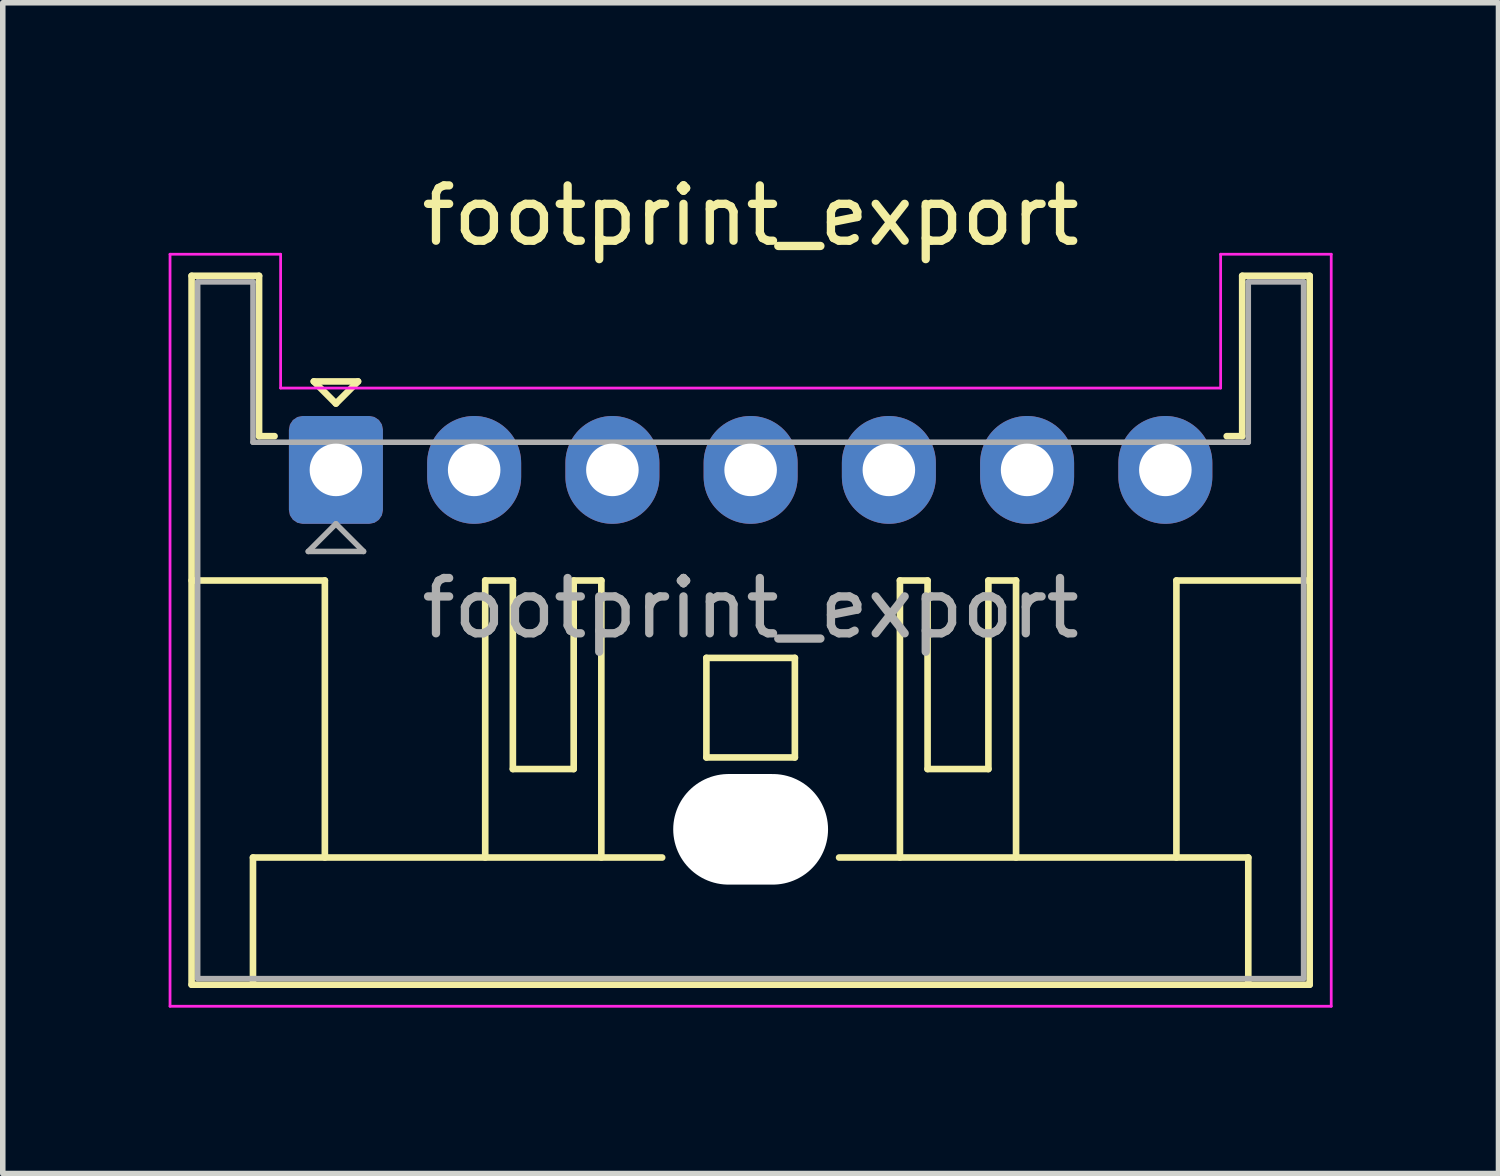
<source format=kicad_pcb>
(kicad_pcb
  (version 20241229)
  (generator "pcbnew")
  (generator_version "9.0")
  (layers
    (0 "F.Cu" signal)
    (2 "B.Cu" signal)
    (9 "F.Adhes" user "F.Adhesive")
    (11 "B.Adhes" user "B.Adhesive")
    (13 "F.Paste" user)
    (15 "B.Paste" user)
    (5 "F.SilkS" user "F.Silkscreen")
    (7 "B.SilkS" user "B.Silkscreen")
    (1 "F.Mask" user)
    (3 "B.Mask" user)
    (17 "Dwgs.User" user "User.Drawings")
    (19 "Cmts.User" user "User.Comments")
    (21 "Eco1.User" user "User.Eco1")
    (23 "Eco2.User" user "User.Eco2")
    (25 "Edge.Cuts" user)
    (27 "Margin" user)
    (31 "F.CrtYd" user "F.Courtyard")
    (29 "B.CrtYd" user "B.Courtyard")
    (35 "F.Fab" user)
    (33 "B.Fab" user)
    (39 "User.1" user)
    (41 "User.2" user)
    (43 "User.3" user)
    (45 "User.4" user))
  (footprint "footprint_export"
    (layer "F.Cu")
    (at 3.025 5.448)
    (property "Reference" "footprint_export" (at 7.5 -4.6 0) (layer "F.SilkS") (effects (font (size 1 1) (thickness 0.15))))
    (attr through_hole)
    (fp_line (start -2.61 -3.51) (end -2.61 9.31) (stroke (width 0.12) (type solid)) (layer "F.SilkS"))
    (fp_line (start -2.61 9.31) (end 17.61 9.31) (stroke (width 0.12) (type solid)) (layer "F.SilkS"))
    (fp_line (start -1.5 7.01) (end 5.9 7.01) (stroke (width 0.12) (type solid)) (layer "F.SilkS"))
    (fp_line (start -1.5 9.31) (end -1.5 7.01) (stroke (width 0.12) (type solid)) (layer "F.SilkS"))
    (fp_line (start -1.39 -3.51) (end -2.61 -3.51) (stroke (width 0.12) (type solid)) (layer "F.SilkS"))
    (fp_line (start -1.39 -0.61) (end -1.39 -3.51) (stroke (width 0.12) (type solid)) (layer "F.SilkS"))
    (fp_line (start -1.11 -0.61) (end -1.39 -0.61) (stroke (width 0.12) (type solid)) (layer "F.SilkS"))
    (fp_line (start -0.4 -1.6) (end 0.4 -1.6) (stroke (width 0.12) (type solid)) (layer "F.SilkS"))
    (fp_line (start -0.2 2) (end -2.61 2) (stroke (width 0.12) (type solid)) (layer "F.SilkS"))
    (fp_line (start -0.2 7.01) (end -0.2 2) (stroke (width 0.12) (type solid)) (layer "F.SilkS"))
    (fp_line (start 0 -1.2) (end -0.4 -1.6) (stroke (width 0.12) (type solid)) (layer "F.SilkS"))
    (fp_line (start 0.4 -1.6) (end 0 -1.2) (stroke (width 0.12) (type solid)) (layer "F.SilkS"))
    (fp_line (start 2.7 2) (end 2.7 7.01) (stroke (width 0.12) (type solid)) (layer "F.SilkS"))
    (fp_line (start 3.2 2) (end 2.7 2) (stroke (width 0.12) (type solid)) (layer "F.SilkS"))
    (fp_line (start 3.2 5.41) (end 3.2 2) (stroke (width 0.12) (type solid)) (layer "F.SilkS"))
    (fp_line (start 4.3 2) (end 4.3 5.41) (stroke (width 0.12) (type solid)) (layer "F.SilkS"))
    (fp_line (start 4.3 5.41) (end 3.2 5.41) (stroke (width 0.12) (type solid)) (layer "F.SilkS"))
    (fp_line (start 4.8 2) (end 4.3 2) (stroke (width 0.12) (type solid)) (layer "F.SilkS"))
    (fp_line (start 4.8 7.01) (end 4.8 2) (stroke (width 0.12) (type solid)) (layer "F.SilkS"))
    (fp_line (start 6.7 3.4) (end 8.3 3.4) (stroke (width 0.12) (type solid)) (layer "F.SilkS"))
    (fp_line (start 6.7 5.2) (end 6.7 3.4) (stroke (width 0.12) (type solid)) (layer "F.SilkS"))
    (fp_line (start 8.3 3.4) (end 8.3 5.2) (stroke (width 0.12) (type solid)) (layer "F.SilkS"))
    (fp_line (start 8.3 5.2) (end 6.7 5.2) (stroke (width 0.12) (type solid)) (layer "F.SilkS"))
    (fp_line (start 9.1 7.01) (end 16.5 7.01) (stroke (width 0.12) (type solid)) (layer "F.SilkS"))
    (fp_line (start 10.2 2) (end 10.7 2) (stroke (width 0.12) (type solid)) (layer "F.SilkS"))
    (fp_line (start 10.2 7.01) (end 10.2 2) (stroke (width 0.12) (type solid)) (layer "F.SilkS"))
    (fp_line (start 10.7 2) (end 10.7 5.41) (stroke (width 0.12) (type solid)) (layer "F.SilkS"))
    (fp_line (start 10.7 5.41) (end 11.8 5.41) (stroke (width 0.12) (type solid)) (layer "F.SilkS"))
    (fp_line (start 11.8 2) (end 12.3 2) (stroke (width 0.12) (type solid)) (layer "F.SilkS"))
    (fp_line (start 11.8 5.41) (end 11.8 2) (stroke (width 0.12) (type solid)) (layer "F.SilkS"))
    (fp_line (start 12.3 2) (end 12.3 7.01) (stroke (width 0.12) (type solid)) (layer "F.SilkS"))
    (fp_line (start 15.2 2) (end 17.61 2) (stroke (width 0.12) (type solid)) (layer "F.SilkS"))
    (fp_line (start 15.2 7.01) (end 15.2 2) (stroke (width 0.12) (type solid)) (layer "F.SilkS"))
    (fp_line (start 16.39 -3.51) (end 16.39 -0.61) (stroke (width 0.12) (type solid)) (layer "F.SilkS"))
    (fp_line (start 16.39 -0.61) (end 16.11 -0.61) (stroke (width 0.12) (type solid)) (layer "F.SilkS"))
    (fp_line (start 16.5 7.01) (end 16.5 9.31) (stroke (width 0.12) (type solid)) (layer "F.SilkS"))
    (fp_line (start 17.61 -3.51) (end 16.39 -3.51) (stroke (width 0.12) (type solid)) (layer "F.SilkS"))
    (fp_line (start 17.61 9.31) (end 17.61 -3.51) (stroke (width 0.12) (type solid)) (layer "F.SilkS"))
    (fp_line (start -3 -3.9) (end -3 9.7) (stroke (width 0.05) (type solid)) (layer "F.CrtYd"))
    (fp_line (start -3 9.7) (end 18 9.7) (stroke (width 0.05) (type solid)) (layer "F.CrtYd"))
    (fp_line (start -1 -3.9) (end -3 -3.9) (stroke (width 0.05) (type solid)) (layer "F.CrtYd"))
    (fp_line (start -1 -1.48) (end -1 -3.9) (stroke (width 0.05) (type solid)) (layer "F.CrtYd"))
    (fp_line (start 16 -3.9) (end 16 -1.48) (stroke (width 0.05) (type solid)) (layer "F.CrtYd"))
    (fp_line (start 16 -1.48) (end -1 -1.48) (stroke (width 0.05) (type solid)) (layer "F.CrtYd"))
    (fp_line (start 18 -3.9) (end 16 -3.9) (stroke (width 0.05) (type solid)) (layer "F.CrtYd"))
    (fp_line (start 18 9.7) (end 18 -3.9) (stroke (width 0.05) (type solid)) (layer "F.CrtYd"))
    (fp_line (start -2.5 -3.4) (end -2.5 9.2) (stroke (width 0.1) (type solid)) (layer "F.Fab"))
    (fp_line (start -2.5 9.2) (end 17.5 9.2) (stroke (width 0.1) (type solid)) (layer "F.Fab"))
    (fp_line (start -1.5 -3.4) (end -2.5 -3.4) (stroke (width 0.1) (type solid)) (layer "F.Fab"))
    (fp_line (start -1.5 -0.5) (end -1.5 -3.4) (stroke (width 0.1) (type solid)) (layer "F.Fab"))
    (fp_line (start -0.5 1.475) (end 0.5 1.475) (stroke (width 0.1) (type solid)) (layer "F.Fab"))
    (fp_line (start 0 0.975) (end -0.5 1.475) (stroke (width 0.1) (type solid)) (layer "F.Fab"))
    (fp_line (start 0.5 1.475) (end 0 0.975) (stroke (width 0.1) (type solid)) (layer "F.Fab"))
    (fp_line (start 16.5 -3.4) (end 16.5 -0.5) (stroke (width 0.1) (type solid)) (layer "F.Fab"))
    (fp_line (start 16.5 -0.5) (end -1.5 -0.5) (stroke (width 0.1) (type solid)) (layer "F.Fab"))
    (fp_line (start 17.5 -3.4) (end 16.5 -3.4) (stroke (width 0.1) (type solid)) (layer "F.Fab"))
    (fp_line (start 17.5 9.2) (end 17.5 -3.4) (stroke (width 0.1) (type solid)) (layer "F.Fab"))
    (fp_text user "${REFERENCE}" (at 7.5 2.5 0) (layer "F.Fab") (effects (font (size 1 1) (thickness 0.15))))
    (pad "" np_thru_hole oval (at 7.5 6.5) (size 2.8 2) (drill oval 2.8 2) (layers "*.Cu" "*.Mask"))
    (pad "1" thru_hole roundrect (at 0 0) (size 1.7 1.95) (drill 0.95) (layers "*.Cu" "*.Mask") (roundrect_rratio 0.147))
    (pad "2" thru_hole oval (at 2.5 0) (size 1.7 1.95) (drill 0.95) (layers "*.Cu" "*.Mask"))
    (pad "3" thru_hole oval (at 5 0) (size 1.7 1.95) (drill 0.95) (layers "*.Cu" "*.Mask"))
    (pad "4" thru_hole oval (at 7.5 0) (size 1.7 1.95) (drill 0.95) (layers "*.Cu" "*.Mask"))
    (pad "5" thru_hole oval (at 10 0) (size 1.7 1.95) (drill 0.95) (layers "*.Cu" "*.Mask"))
    (pad "6" thru_hole oval (at 12.5 0) (size 1.7 1.95) (drill 0.95) (layers "*.Cu" "*.Mask"))
    (pad "7" thru_hole oval (at 15 0) (size 1.7 1.95) (drill 0.95) (layers "*.Cu" "*.Mask")))
  (gr_rect
    (start -3 -3)
    (end 24.05 18.173)
    (stroke (width 0.1) (type default))
    (fill no)
    (layer "Edge.Cuts")))
</source>
